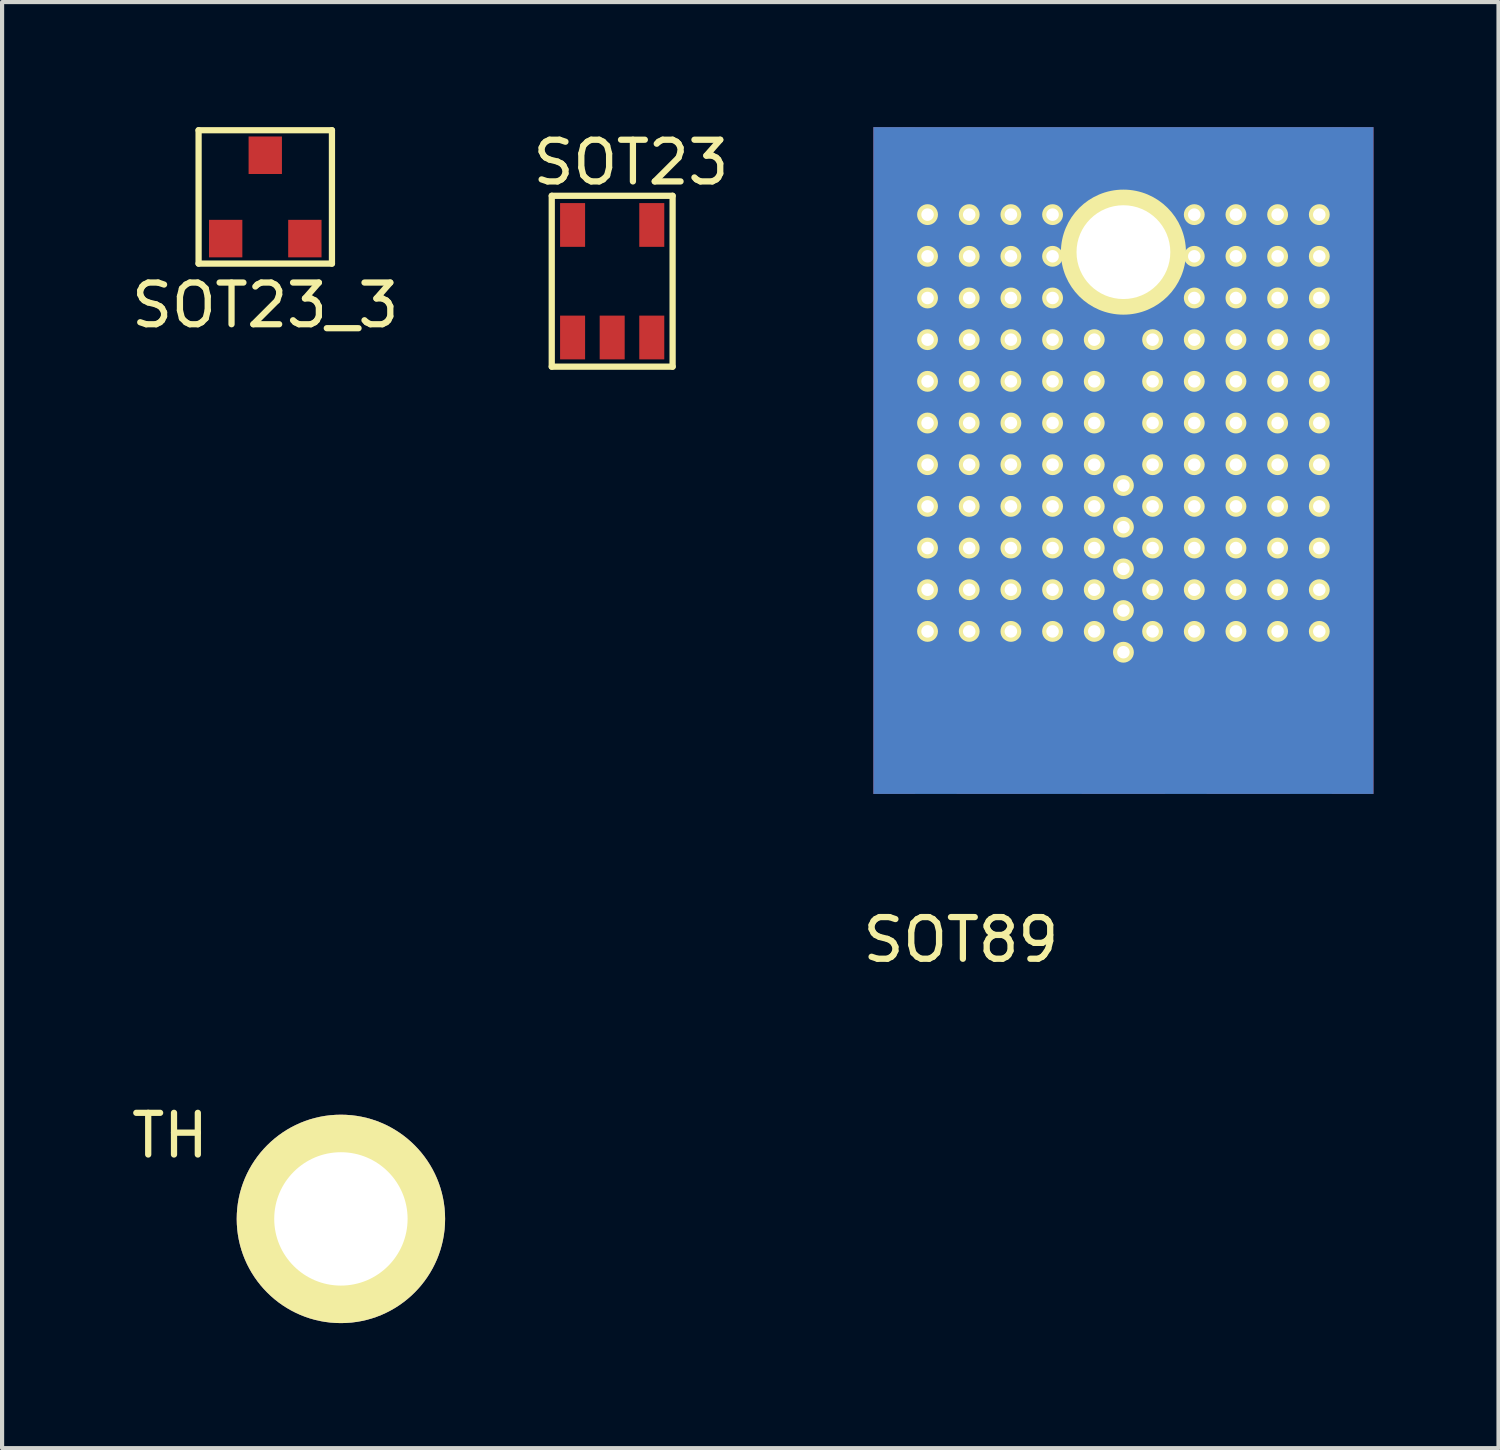
<source format=kicad_pcb>
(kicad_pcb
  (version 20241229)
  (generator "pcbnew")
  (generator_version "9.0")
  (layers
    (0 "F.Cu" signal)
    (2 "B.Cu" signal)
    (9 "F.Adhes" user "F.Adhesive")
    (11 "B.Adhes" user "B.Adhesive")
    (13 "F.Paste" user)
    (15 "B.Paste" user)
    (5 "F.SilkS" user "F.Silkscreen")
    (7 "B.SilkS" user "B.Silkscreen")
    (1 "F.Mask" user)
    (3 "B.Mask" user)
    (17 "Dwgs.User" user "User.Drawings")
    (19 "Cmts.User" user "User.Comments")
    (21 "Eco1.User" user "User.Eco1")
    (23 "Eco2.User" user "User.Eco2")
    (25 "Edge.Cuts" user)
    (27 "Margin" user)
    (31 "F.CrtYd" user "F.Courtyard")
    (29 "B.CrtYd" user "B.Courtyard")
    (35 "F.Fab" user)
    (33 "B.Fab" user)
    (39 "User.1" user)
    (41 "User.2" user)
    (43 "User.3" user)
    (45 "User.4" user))
  (footprint "SOT23_3"
    (layer "F.Cu")
    (at 3.315 2.675)
    (property "Reference" "SOT23_3" (at 0 1.6 0) (layer "F.SilkS") (effects (font (size 1 1) (thickness 0.15))))
    (attr through_hole)
    (fp_line (start -1.6 -2.6) (end -1.6 0.6) (stroke (width 0.15) (type solid)) (layer "F.SilkS"))
    (fp_line (start -1.6 0.6) (end 1.6 0.6) (stroke (width 0.15) (type solid)) (layer "F.SilkS"))
    (fp_line (start 1.6 -2.6) (end -1.6 -2.6) (stroke (width 0.15) (type solid)) (layer "F.SilkS"))
    (fp_line (start 1.6 0.6) (end 1.6 -2.6) (stroke (width 0.15) (type solid)) (layer "F.SilkS"))
    (pad "1" smd rect (at -0.95 0) (size 0.8 0.9) (layers "F.Cu" "F.Mask" "F.Paste"))
    (pad "2" smd rect (at 0.95 0) (size 0.8 0.9) (layers "F.Cu" "F.Mask" "F.Paste"))
    (pad "3" smd rect (at 0 -2) (size 0.8 0.9) (layers "F.Cu" "F.Mask" "F.Paste")))
  (footprint "TH"
    (layer "F.Cu")
    (at 5.13 26.197)
    (property "Reference" "TH" (at -4.1 -2 0) (layer "F.SilkS") (effects (font (size 1 1) (thickness 0.15))))
    (attr through_hole)
    (pad "1" thru_hole circle (at 0 0) (size 5 5) (drill 3.2) (layers "*.Cu" "*.Mask" "F.SilkS")))
  (footprint "SOT23"
    (layer "F.Cu")
    (at 10.689 5.048)
    (property "Reference" "SOT23" (at 1.4 -4.2 0) (layer "F.SilkS") (effects (font (size 1 1) (thickness 0.15))))
    (attr through_hole)
    (fp_line (start -0.5 -3.4) (end -0.5 0.7) (stroke (width 0.15) (type solid)) (layer "F.SilkS"))
    (fp_line (start -0.5 0.7) (end 2.4 0.7) (stroke (width 0.15) (type solid)) (layer "F.SilkS"))
    (fp_line (start 2.4 -3.4) (end -0.5 -3.4) (stroke (width 0.15) (type solid)) (layer "F.SilkS"))
    (fp_line (start 2.4 0.7) (end 2.4 -3.4) (stroke (width 0.15) (type solid)) (layer "F.SilkS"))
    (pad "1" smd rect (at 0 0) (size 0.6 1.05) (layers "F.Cu" "F.Mask" "F.Paste"))
    (pad "2" smd rect (at 0.95 0) (size 0.6 1.05) (layers "F.Cu" "F.Mask" "F.Paste"))
    (pad "3" smd rect (at 1.9 0) (size 0.6 1.05) (layers "F.Cu" "F.Mask" "F.Paste"))
    (pad "4" smd rect (at 1.9 -2.7) (size 0.6 1.05) (layers "F.Cu" "F.Mask" "F.Paste"))
    (pad "5" smd rect (at 0 -2.7) (size 0.6 1.05) (layers "F.Cu" "F.Mask" "F.Paste")))
  (footprint "SOT89"
    (layer "F.Cu")
    (at 23.906 16)
    (property "Reference" "SOT89" (at -3.9 3.5 0) (layer "F.SilkS") (effects (font (size 1 1) (thickness 0.15))))
    (attr through_hole)
    (pad "1" smd rect (at -3 -1 180) (size 2 2) (layers "F.Cu" "F.Mask" "F.Paste"))
    (pad "1" smd rect (at -1.9 -1.9 45) (size 1 0.5) (layers "F.Cu" "F.Mask" "F.Paste"))
    (pad "1" smd rect (at -1.5 -2.6) (size 0.7 1.25) (layers "F.Cu" "F.Mask" "F.Paste"))
    (pad "2" smd rect (at -5.5 -8) (size 1 16) (layers "F.Cu" "F.Mask" "F.Paste"))
    (pad "2" thru_hole circle (at -4.7 -13.9) (size 0.5 0.5) (drill 0.3) (layers "*.Cu" "*.Mask" "F.SilkS"))
    (pad "2" thru_hole circle (at -4.7 -12.9) (size 0.5 0.5) (drill 0.3) (layers "*.Cu" "*.Mask" "F.SilkS"))
    (pad "2" thru_hole circle (at -4.7 -11.9) (size 0.5 0.5) (drill 0.3) (layers "*.Cu" "*.Mask" "F.SilkS"))
    (pad "2" thru_hole circle (at -4.7 -10.9) (size 0.5 0.5) (drill 0.3) (layers "*.Cu" "*.Mask" "F.SilkS"))
    (pad "2" thru_hole circle (at -4.7 -9.9) (size 0.5 0.5) (drill 0.3) (layers "*.Cu" "*.Mask" "F.SilkS"))
    (pad "2" thru_hole circle (at -4.7 -8.9) (size 0.5 0.5) (drill 0.3) (layers "*.Cu" "*.Mask" "F.SilkS"))
    (pad "2" thru_hole circle (at -4.7 -7.9) (size 0.5 0.5) (drill 0.3) (layers "*.Cu" "*.Mask" "F.SilkS"))
    (pad "2" thru_hole circle (at -4.7 -6.9) (size 0.5 0.5) (drill 0.3) (layers "*.Cu" "*.Mask" "F.SilkS"))
    (pad "2" thru_hole circle (at -4.7 -5.9) (size 0.5 0.5) (drill 0.3) (layers "*.Cu" "*.Mask" "F.SilkS"))
    (pad "2" thru_hole circle (at -4.7 -4.9) (size 0.5 0.5) (drill 0.3) (layers "*.Cu" "*.Mask" "F.SilkS"))
    (pad "2" thru_hole circle (at -4.7 -3.9) (size 0.5 0.5) (drill 0.3) (layers "*.Cu" "*.Mask" "F.SilkS"))
    (pad "2" thru_hole circle (at -3.7 -13.9) (size 0.5 0.5) (drill 0.3) (layers "*.Cu" "*.Mask" "F.SilkS"))
    (pad "2" thru_hole circle (at -3.7 -12.9) (size 0.5 0.5) (drill 0.3) (layers "*.Cu" "*.Mask" "F.SilkS"))
    (pad "2" thru_hole circle (at -3.7 -11.9) (size 0.5 0.5) (drill 0.3) (layers "*.Cu" "*.Mask" "F.SilkS"))
    (pad "2" thru_hole circle (at -3.7 -10.9) (size 0.5 0.5) (drill 0.3) (layers "*.Cu" "*.Mask" "F.SilkS"))
    (pad "2" thru_hole circle (at -3.7 -9.9) (size 0.5 0.5) (drill 0.3) (layers "*.Cu" "*.Mask" "F.SilkS"))
    (pad "2" thru_hole circle (at -3.7 -8.9) (size 0.5 0.5) (drill 0.3) (layers "*.Cu" "*.Mask" "F.SilkS"))
    (pad "2" thru_hole circle (at -3.7 -7.9) (size 0.5 0.5) (drill 0.3) (layers "*.Cu" "*.Mask" "F.SilkS"))
    (pad "2" thru_hole circle (at -3.7 -6.9) (size 0.5 0.5) (drill 0.3) (layers "*.Cu" "*.Mask" "F.SilkS"))
    (pad "2" thru_hole circle (at -3.7 -5.9) (size 0.5 0.5) (drill 0.3) (layers "*.Cu" "*.Mask" "F.SilkS"))
    (pad "2" thru_hole circle (at -3.7 -4.9) (size 0.5 0.5) (drill 0.3) (layers "*.Cu" "*.Mask" "F.SilkS"))
    (pad "2" thru_hole circle (at -3.7 -3.9) (size 0.5 0.5) (drill 0.3) (layers "*.Cu" "*.Mask" "F.SilkS"))
    (pad "2" thru_hole circle (at -2.7 -13.9) (size 0.5 0.5) (drill 0.3) (layers "*.Cu" "*.Mask" "F.SilkS"))
    (pad "2" thru_hole circle (at -2.7 -12.9) (size 0.5 0.5) (drill 0.3) (layers "*.Cu" "*.Mask" "F.SilkS"))
    (pad "2" thru_hole circle (at -2.7 -11.9) (size 0.5 0.5) (drill 0.3) (layers "*.Cu" "*.Mask" "F.SilkS"))
    (pad "2" thru_hole circle (at -2.7 -10.9) (size 0.5 0.5) (drill 0.3) (layers "*.Cu" "*.Mask" "F.SilkS"))
    (pad "2" thru_hole circle (at -2.7 -9.9) (size 0.5 0.5) (drill 0.3) (layers "*.Cu" "*.Mask" "F.SilkS"))
    (pad "2" thru_hole circle (at -2.7 -8.9) (size 0.5 0.5) (drill 0.3) (layers "*.Cu" "*.Mask" "F.SilkS"))
    (pad "2" thru_hole circle (at -2.7 -7.9) (size 0.5 0.5) (drill 0.3) (layers "*.Cu" "*.Mask" "F.SilkS"))
    (pad "2" thru_hole circle (at -2.7 -6.9) (size 0.5 0.5) (drill 0.3) (layers "*.Cu" "*.Mask" "F.SilkS"))
    (pad "2" thru_hole circle (at -2.7 -5.9) (size 0.5 0.5) (drill 0.3) (layers "*.Cu" "*.Mask" "F.SilkS"))
    (pad "2" thru_hole circle (at -2.7 -4.9) (size 0.5 0.5) (drill 0.3) (layers "*.Cu" "*.Mask" "F.SilkS"))
    (pad "2" thru_hole circle (at -2.7 -3.9) (size 0.5 0.5) (drill 0.3) (layers "*.Cu" "*.Mask" "F.SilkS"))
    (pad "2" thru_hole circle (at -1.7 -13.9) (size 0.5 0.5) (drill 0.3) (layers "*.Cu" "*.Mask" "F.SilkS"))
    (pad "2" thru_hole circle (at -1.7 -12.9) (size 0.5 0.5) (drill 0.3) (layers "*.Cu" "*.Mask" "F.SilkS"))
    (pad "2" thru_hole circle (at -1.7 -11.9) (size 0.5 0.5) (drill 0.3) (layers "*.Cu" "*.Mask" "F.SilkS"))
    (pad "2" thru_hole circle (at -1.7 -10.9) (size 0.5 0.5) (drill 0.3) (layers "*.Cu" "*.Mask" "F.SilkS"))
    (pad "2" thru_hole circle (at -1.7 -9.9) (size 0.5 0.5) (drill 0.3) (layers "*.Cu" "*.Mask" "F.SilkS"))
    (pad "2" thru_hole circle (at -1.7 -8.9) (size 0.5 0.5) (drill 0.3) (layers "*.Cu" "*.Mask" "F.SilkS"))
    (pad "2" thru_hole circle (at -1.7 -7.9) (size 0.5 0.5) (drill 0.3) (layers "*.Cu" "*.Mask" "F.SilkS"))
    (pad "2" thru_hole circle (at -1.7 -6.9) (size 0.5 0.5) (drill 0.3) (layers "*.Cu" "*.Mask" "F.SilkS"))
    (pad "2" thru_hole circle (at -1.7 -5.9) (size 0.5 0.5) (drill 0.3) (layers "*.Cu" "*.Mask" "F.SilkS"))
    (pad "2" thru_hole circle (at -1.7 -4.9) (size 0.5 0.5) (drill 0.3) (layers "*.Cu" "*.Mask" "F.SilkS"))
    (pad "2" thru_hole circle (at -1.7 -3.9) (size 0.5 0.5) (drill 0.3) (layers "*.Cu" "*.Mask" "F.SilkS"))
    (pad "2" thru_hole circle (at -0.7 -10.9) (size 0.5 0.5) (drill 0.3) (layers "*.Cu" "*.Mask" "F.SilkS"))
    (pad "2" thru_hole circle (at -0.7 -9.9) (size 0.5 0.5) (drill 0.3) (layers "*.Cu" "*.Mask" "F.SilkS"))
    (pad "2" thru_hole circle (at -0.7 -8.9) (size 0.5 0.5) (drill 0.3) (layers "*.Cu" "*.Mask" "F.SilkS"))
    (pad "2" thru_hole circle (at -0.7 -7.9) (size 0.5 0.5) (drill 0.3) (layers "*.Cu" "*.Mask" "F.SilkS"))
    (pad "2" thru_hole circle (at -0.7 -6.9) (size 0.5 0.5) (drill 0.3) (layers "*.Cu" "*.Mask" "F.SilkS"))
    (pad "2" thru_hole circle (at -0.7 -5.9) (size 0.5 0.5) (drill 0.3) (layers "*.Cu" "*.Mask" "F.SilkS"))
    (pad "2" thru_hole circle (at -0.7 -4.9) (size 0.5 0.5) (drill 0.3) (layers "*.Cu" "*.Mask" "F.SilkS"))
    (pad "2" thru_hole circle (at -0.7 -3.9) (size 0.5 0.5) (drill 0.3) (layers "*.Cu" "*.Mask" "F.SilkS"))
    (pad "2" thru_hole circle (at 0 -13 45) (size 3 3) (drill 2.25) (layers "*.Cu" "*.Mask" "F.SilkS"))
    (pad "2" smd rect (at 0 -9.85) (size 10.6 12.3) (layers "F.Cu" "F.Mask" "F.Paste"))
    (pad "2" smd rect (at 0 -8) (size 12 16) (layers "B.Cu" "B.Mask" "B.Paste"))
    (pad "2" thru_hole circle (at 0 -7.4) (size 0.5 0.5) (drill 0.3) (layers "*.Cu" "*.Mask" "F.SilkS"))
    (pad "2" thru_hole circle (at 0 -6.4) (size 0.5 0.5) (drill 0.3) (layers "*.Cu" "*.Mask" "F.SilkS"))
    (pad "2" thru_hole circle (at 0 -5.4) (size 0.5 0.5) (drill 0.3) (layers "*.Cu" "*.Mask" "F.SilkS"))
    (pad "2" smd rect (at 0 -4.987 180) (size 1.9 2.475) (layers "F.Cu" "F.Mask" "F.Paste"))
    (pad "2" thru_hole circle (at 0 -4.4) (size 0.5 0.5) (drill 0.3) (layers "*.Cu" "*.Mask" "F.SilkS"))
    (pad "2" smd trapezoid (at 0 -3.487 180) (size 1.375 0.525) (rect_delta 0 0.525) (layers "F.Cu" "F.Mask" "F.Paste"))
    (pad "2" thru_hole circle (at 0 -3.4) (size 0.5 0.5) (drill 0.3) (layers "*.Cu" "*.Mask" "F.SilkS"))
    (pad "2" smd rect (at 0 -2.6) (size 0.7 1.5) (layers "F.Cu" "F.Mask" "F.Paste"))
    (pad "2" smd trapezoid (at 0 -1.72) (size 1.2 0.5) (rect_delta 0 0.5) (layers "F.Cu" "F.Mask" "F.Paste"))
    (pad "2" smd rect (at 0 -0.75) (size 2 1.5) (layers "F.Cu" "F.Mask" "F.Paste"))
    (pad "2" thru_hole circle (at 0.7 -10.9) (size 0.5 0.5) (drill 0.3) (layers "*.Cu" "*.Mask" "F.SilkS"))
    (pad "2" thru_hole circle (at 0.7 -9.9) (size 0.5 0.5) (drill 0.3) (layers "*.Cu" "*.Mask" "F.SilkS"))
    (pad "2" thru_hole circle (at 0.7 -8.9) (size 0.5 0.5) (drill 0.3) (layers "*.Cu" "*.Mask" "F.SilkS"))
    (pad "2" thru_hole circle (at 0.7 -7.9) (size 0.5 0.5) (drill 0.3) (layers "*.Cu" "*.Mask" "F.SilkS"))
    (pad "2" thru_hole circle (at 0.7 -6.9) (size 0.5 0.5) (drill 0.3) (layers "*.Cu" "*.Mask" "F.SilkS"))
    (pad "2" thru_hole circle (at 0.7 -5.9) (size 0.5 0.5) (drill 0.3) (layers "*.Cu" "*.Mask" "F.SilkS"))
    (pad "2" thru_hole circle (at 0.7 -4.9) (size 0.5 0.5) (drill 0.3) (layers "*.Cu" "*.Mask" "F.SilkS"))
    (pad "2" thru_hole circle (at 0.7 -3.9) (size 0.5 0.5) (drill 0.3) (layers "*.Cu" "*.Mask" "F.SilkS"))
    (pad "2" thru_hole circle (at 1.7 -13.9) (size 0.5 0.5) (drill 0.3) (layers "*.Cu" "*.Mask" "F.SilkS"))
    (pad "2" thru_hole circle (at 1.7 -12.9) (size 0.5 0.5) (drill 0.3) (layers "*.Cu" "*.Mask" "F.SilkS"))
    (pad "2" thru_hole circle (at 1.7 -11.9) (size 0.5 0.5) (drill 0.3) (layers "*.Cu" "*.Mask" "F.SilkS"))
    (pad "2" thru_hole circle (at 1.7 -10.9) (size 0.5 0.5) (drill 0.3) (layers "*.Cu" "*.Mask" "F.SilkS"))
    (pad "2" thru_hole circle (at 1.7 -9.9) (size 0.5 0.5) (drill 0.3) (layers "*.Cu" "*.Mask" "F.SilkS"))
    (pad "2" thru_hole circle (at 1.7 -8.9) (size 0.5 0.5) (drill 0.3) (layers "*.Cu" "*.Mask" "F.SilkS"))
    (pad "2" thru_hole circle (at 1.7 -7.9) (size 0.5 0.5) (drill 0.3) (layers "*.Cu" "*.Mask" "F.SilkS"))
    (pad "2" thru_hole circle (at 1.7 -6.9) (size 0.5 0.5) (drill 0.3) (layers "*.Cu" "*.Mask" "F.SilkS"))
    (pad "2" thru_hole circle (at 1.7 -5.9) (size 0.5 0.5) (drill 0.3) (layers "*.Cu" "*.Mask" "F.SilkS"))
    (pad "2" thru_hole circle (at 1.7 -4.9) (size 0.5 0.5) (drill 0.3) (layers "*.Cu" "*.Mask" "F.SilkS"))
    (pad "2" thru_hole circle (at 1.7 -3.9) (size 0.5 0.5) (drill 0.3) (layers "*.Cu" "*.Mask" "F.SilkS"))
    (pad "2" thru_hole circle (at 2.7 -13.9) (size 0.5 0.5) (drill 0.3) (layers "*.Cu" "*.Mask" "F.SilkS"))
    (pad "2" thru_hole circle (at 2.7 -12.9) (size 0.5 0.5) (drill 0.3) (layers "*.Cu" "*.Mask" "F.SilkS"))
    (pad "2" thru_hole circle (at 2.7 -11.9) (size 0.5 0.5) (drill 0.3) (layers "*.Cu" "*.Mask" "F.SilkS"))
    (pad "2" thru_hole circle (at 2.7 -10.9) (size 0.5 0.5) (drill 0.3) (layers "*.Cu" "*.Mask" "F.SilkS"))
    (pad "2" thru_hole circle (at 2.7 -9.9) (size 0.5 0.5) (drill 0.3) (layers "*.Cu" "*.Mask" "F.SilkS"))
    (pad "2" thru_hole circle (at 2.7 -8.9) (size 0.5 0.5) (drill 0.3) (layers "*.Cu" "*.Mask" "F.SilkS"))
    (pad "2" thru_hole circle (at 2.7 -7.9) (size 0.5 0.5) (drill 0.3) (layers "*.Cu" "*.Mask" "F.SilkS"))
    (pad "2" thru_hole circle (at 2.7 -6.9) (size 0.5 0.5) (drill 0.3) (layers "*.Cu" "*.Mask" "F.SilkS"))
    (pad "2" thru_hole circle (at 2.7 -5.9) (size 0.5 0.5) (drill 0.3) (layers "*.Cu" "*.Mask" "F.SilkS"))
    (pad "2" thru_hole circle (at 2.7 -4.9) (size 0.5 0.5) (drill 0.3) (layers "*.Cu" "*.Mask" "F.SilkS"))
    (pad "2" thru_hole circle (at 2.7 -3.9) (size 0.5 0.5) (drill 0.3) (layers "*.Cu" "*.Mask" "F.SilkS"))
    (pad "2" thru_hole circle (at 3.7 -13.9) (size 0.5 0.5) (drill 0.3) (layers "*.Cu" "*.Mask" "F.SilkS"))
    (pad "2" thru_hole circle (at 3.7 -12.9) (size 0.5 0.5) (drill 0.3) (layers "*.Cu" "*.Mask" "F.SilkS"))
    (pad "2" thru_hole circle (at 3.7 -11.9) (size 0.5 0.5) (drill 0.3) (layers "*.Cu" "*.Mask" "F.SilkS"))
    (pad "2" thru_hole circle (at 3.7 -10.9) (size 0.5 0.5) (drill 0.3) (layers "*.Cu" "*.Mask" "F.SilkS"))
    (pad "2" thru_hole circle (at 3.7 -9.9) (size 0.5 0.5) (drill 0.3) (layers "*.Cu" "*.Mask" "F.SilkS"))
    (pad "2" thru_hole circle (at 3.7 -8.9) (size 0.5 0.5) (drill 0.3) (layers "*.Cu" "*.Mask" "F.SilkS"))
    (pad "2" thru_hole circle (at 3.7 -7.9) (size 0.5 0.5) (drill 0.3) (layers "*.Cu" "*.Mask" "F.SilkS"))
    (pad "2" thru_hole circle (at 3.7 -6.9) (size 0.5 0.5) (drill 0.3) (layers "*.Cu" "*.Mask" "F.SilkS"))
    (pad "2" thru_hole circle (at 3.7 -5.9) (size 0.5 0.5) (drill 0.3) (layers "*.Cu" "*.Mask" "F.SilkS"))
    (pad "2" thru_hole circle (at 3.7 -4.9) (size 0.5 0.5) (drill 0.3) (layers "*.Cu" "*.Mask" "F.SilkS"))
    (pad "2" thru_hole circle (at 3.7 -3.9) (size 0.5 0.5) (drill 0.3) (layers "*.Cu" "*.Mask" "F.SilkS"))
    (pad "2" thru_hole circle (at 4.7 -13.9) (size 0.5 0.5) (drill 0.3) (layers "*.Cu" "*.Mask" "F.SilkS"))
    (pad "2" thru_hole circle (at 4.7 -12.9) (size 0.5 0.5) (drill 0.3) (layers "*.Cu" "*.Mask" "F.SilkS"))
    (pad "2" thru_hole circle (at 4.7 -11.9) (size 0.5 0.5) (drill 0.3) (layers "*.Cu" "*.Mask" "F.SilkS"))
    (pad "2" thru_hole circle (at 4.7 -10.9) (size 0.5 0.5) (drill 0.3) (layers "*.Cu" "*.Mask" "F.SilkS"))
    (pad "2" thru_hole circle (at 4.7 -9.9) (size 0.5 0.5) (drill 0.3) (layers "*.Cu" "*.Mask" "F.SilkS"))
    (pad "2" thru_hole circle (at 4.7 -8.9) (size 0.5 0.5) (drill 0.3) (layers "*.Cu" "*.Mask" "F.SilkS"))
    (pad "2" thru_hole circle (at 4.7 -7.9) (size 0.5 0.5) (drill 0.3) (layers "*.Cu" "*.Mask" "F.SilkS"))
    (pad "2" thru_hole circle (at 4.7 -6.9) (size 0.5 0.5) (drill 0.3) (layers "*.Cu" "*.Mask" "F.SilkS"))
    (pad "2" thru_hole circle (at 4.7 -5.9) (size 0.5 0.5) (drill 0.3) (layers "*.Cu" "*.Mask" "F.SilkS"))
    (pad "2" thru_hole circle (at 4.7 -4.9) (size 0.5 0.5) (drill 0.3) (layers "*.Cu" "*.Mask" "F.SilkS"))
    (pad "2" thru_hole circle (at 4.7 -3.9) (size 0.5 0.5) (drill 0.3) (layers "*.Cu" "*.Mask" "F.SilkS"))
    (pad "2" smd rect (at 5.5 -8) (size 1 16) (layers "F.Cu" "F.Mask" "F.Paste"))
    (pad "3" smd rect (at 1.5 -2.6) (size 0.7 1.25) (layers "F.Cu" "F.Mask" "F.Paste"))
    (pad "3" smd rect (at 1.9 -1.9 45) (size 0.5 1) (layers "F.Cu" "F.Mask" "F.Paste"))
    (pad "3" smd rect (at 3 -1 180) (size 2 2) (layers "F.Cu" "F.Mask" "F.Paste")))
  (gr_rect
    (start -3 -3)
    (end 32.906 31.697)
    (stroke (width 0.1) (type default))
    (fill no)
    (layer "Edge.Cuts")))
</source>
